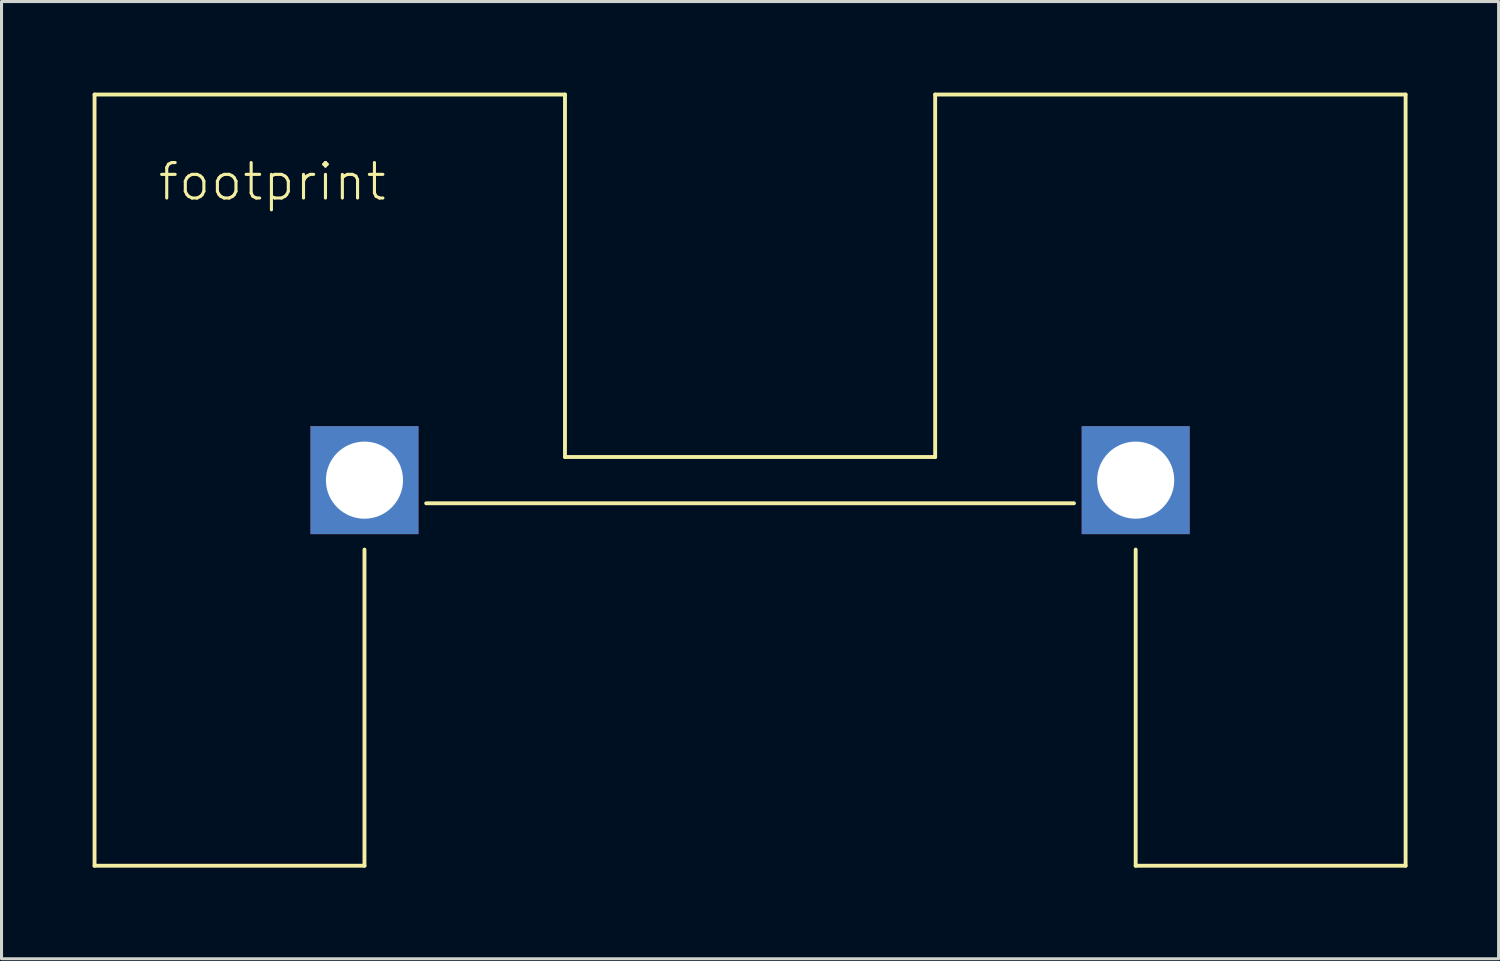
<source format=kicad_pcb>
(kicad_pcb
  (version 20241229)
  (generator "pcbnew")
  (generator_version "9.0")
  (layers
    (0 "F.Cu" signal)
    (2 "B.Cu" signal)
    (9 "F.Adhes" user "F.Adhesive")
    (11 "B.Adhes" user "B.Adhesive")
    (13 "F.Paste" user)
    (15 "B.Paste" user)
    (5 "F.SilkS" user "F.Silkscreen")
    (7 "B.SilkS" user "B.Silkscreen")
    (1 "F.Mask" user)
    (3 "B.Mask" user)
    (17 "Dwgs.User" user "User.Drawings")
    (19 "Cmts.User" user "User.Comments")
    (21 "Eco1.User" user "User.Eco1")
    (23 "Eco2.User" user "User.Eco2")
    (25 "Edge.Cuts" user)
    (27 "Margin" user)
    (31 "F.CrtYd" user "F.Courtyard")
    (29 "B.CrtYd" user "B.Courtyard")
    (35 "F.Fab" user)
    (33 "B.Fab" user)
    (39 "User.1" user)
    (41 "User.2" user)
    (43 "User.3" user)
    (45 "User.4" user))
  (footprint "footprint"
    (layer "F.Cu")
    (at 21.654 12.764)
    (property "Reference" "footprint" (at -19.558 -9.144 0) (layer "F.SilkS") (effects (font (size 1.168 1.168) (thickness 0.102)) (justify left bottom)))
    (fp_line (start -21.59 -12.7) (end -6.096 -12.7) (stroke (width 0.127) (type solid)) (layer "F.SilkS"))
    (fp_line (start -21.59 12.7) (end -21.59 -12.7) (stroke (width 0.127) (type solid)) (layer "F.SilkS"))
    (fp_line (start -12.7 12.7) (end -21.59 12.7) (stroke (width 0.127) (type solid)) (layer "F.SilkS"))
    (fp_line (start -12.7 12.7) (end -12.7 2.286) (stroke (width 0.127) (type solid)) (layer "F.SilkS"))
    (fp_line (start -10.668 0.762) (end 10.668 0.762) (stroke (width 0.127) (type solid)) (layer "F.SilkS"))
    (fp_line (start -6.096 -0.762) (end -6.096 -12.7) (stroke (width 0.127) (type solid)) (layer "F.SilkS"))
    (fp_line (start 6.096 -0.762) (end -6.096 -0.762) (stroke (width 0.127) (type solid)) (layer "F.SilkS"))
    (fp_line (start 6.096 -0.762) (end 6.096 -12.7) (stroke (width 0.127) (type solid)) (layer "F.SilkS"))
    (fp_line (start 12.7 2.286) (end 12.7 12.7) (stroke (width 0.127) (type solid)) (layer "F.SilkS"))
    (fp_line (start 12.7 12.7) (end 21.59 12.7) (stroke (width 0.127) (type solid)) (layer "F.SilkS"))
    (fp_line (start 21.59 -12.7) (end 6.096 -12.7) (stroke (width 0.127) (type solid)) (layer "F.SilkS"))
    (fp_line (start 21.59 -12.7) (end 21.59 12.7) (stroke (width 0.127) (type solid)) (layer "F.SilkS"))
    (pad "P$1" thru_hole rect (at -12.7 0) (size 3.556 3.556) (drill 2.54) (layers "*.Cu" "*.Mask"))
    (pad "P$2" thru_hole rect (at 12.7 0) (size 3.556 3.556) (drill 2.54) (layers "*.Cu" "*.Mask")))
  (gr_rect
    (start -3 -3)
    (end 46.307 28.527)
    (stroke (width 0.1) (type default))
    (fill no)
    (layer "Edge.Cuts")))
</source>
